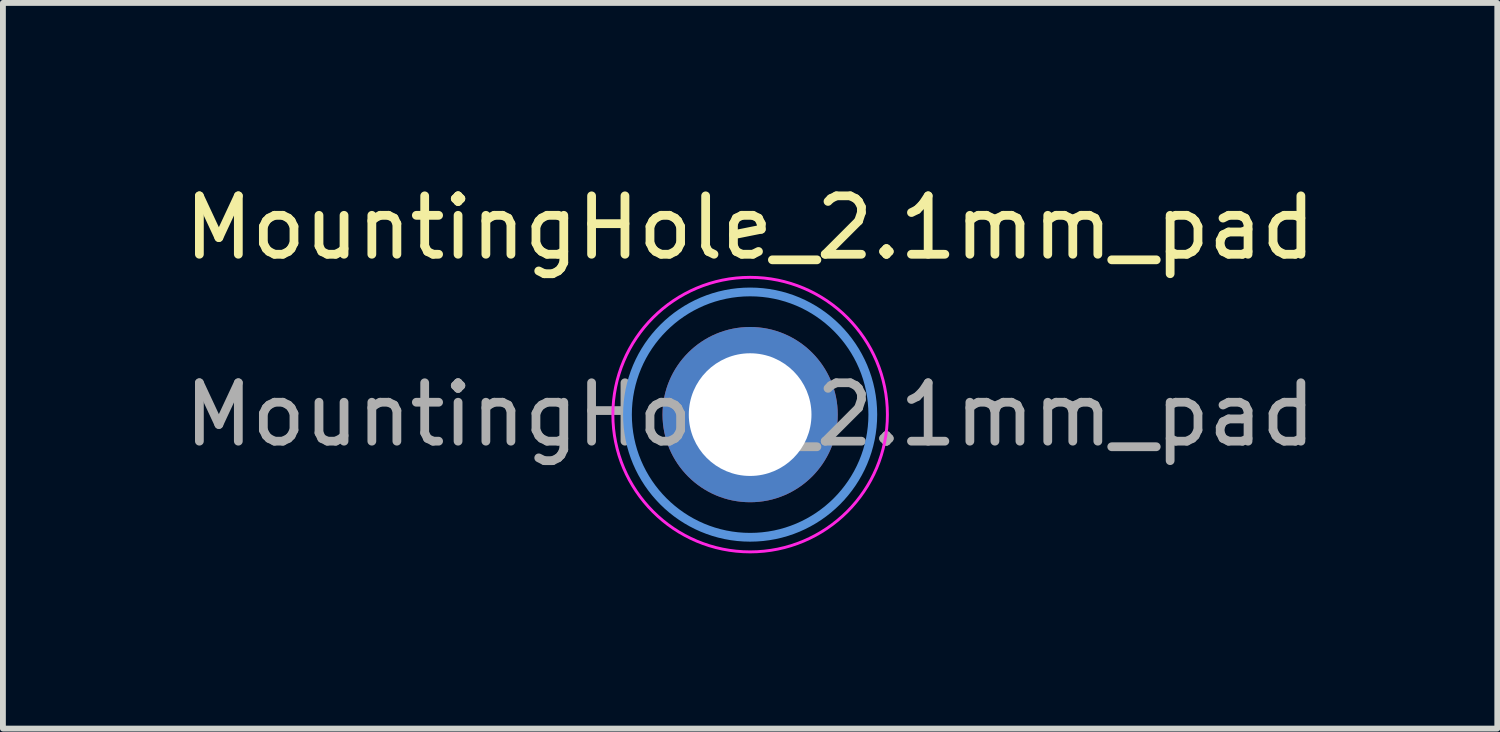
<source format=kicad_pcb>
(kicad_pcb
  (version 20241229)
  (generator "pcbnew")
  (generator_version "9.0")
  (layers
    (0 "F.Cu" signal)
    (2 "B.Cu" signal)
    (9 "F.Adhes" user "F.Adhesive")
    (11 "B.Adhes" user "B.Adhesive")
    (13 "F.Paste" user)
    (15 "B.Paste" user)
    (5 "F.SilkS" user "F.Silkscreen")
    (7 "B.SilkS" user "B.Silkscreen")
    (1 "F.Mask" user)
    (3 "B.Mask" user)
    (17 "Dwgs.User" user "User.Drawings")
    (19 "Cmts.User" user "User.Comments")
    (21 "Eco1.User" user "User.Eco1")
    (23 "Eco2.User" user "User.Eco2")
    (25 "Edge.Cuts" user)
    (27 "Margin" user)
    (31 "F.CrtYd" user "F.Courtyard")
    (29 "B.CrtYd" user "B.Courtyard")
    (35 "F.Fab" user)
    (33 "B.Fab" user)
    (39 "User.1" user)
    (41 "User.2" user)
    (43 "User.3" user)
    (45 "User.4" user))
  (footprint "MountingHole_2.1mm_pad"
    (layer "F.Cu")
    (at 9.792 4.048)
    (property "Reference" "MountingHole_2.1mm_pad" (at 0 -3.2 0) (layer "F.SilkS") (effects (font (size 1 1) (thickness 0.15))))
    (attr exclude_from_pos_files exclude_from_bom)
    (fp_circle (center 0 0) (end 2.1 0) (stroke (width 0.15) (type solid)) (fill no) (layer "Cmts.User"))
    (fp_circle (center 0 0) (end 2.35 0) (stroke (width 0.05) (type solid)) (fill no) (layer "F.CrtYd"))
    (fp_text user "${REFERENCE}" (at 0 0 0) (layer "F.Fab") (effects (font (size 1 1) (thickness 0.15))))
    (pad "1" thru_hole circle (at 0 0) (size 3 3) (drill 2.1) (layers "*.Cu" "*.Mask")))
  (gr_rect
    (start -3 -3)
    (end 22.583 9.423)
    (stroke (width 0.1) (type default))
    (fill no)
    (layer "Edge.Cuts")))
</source>
